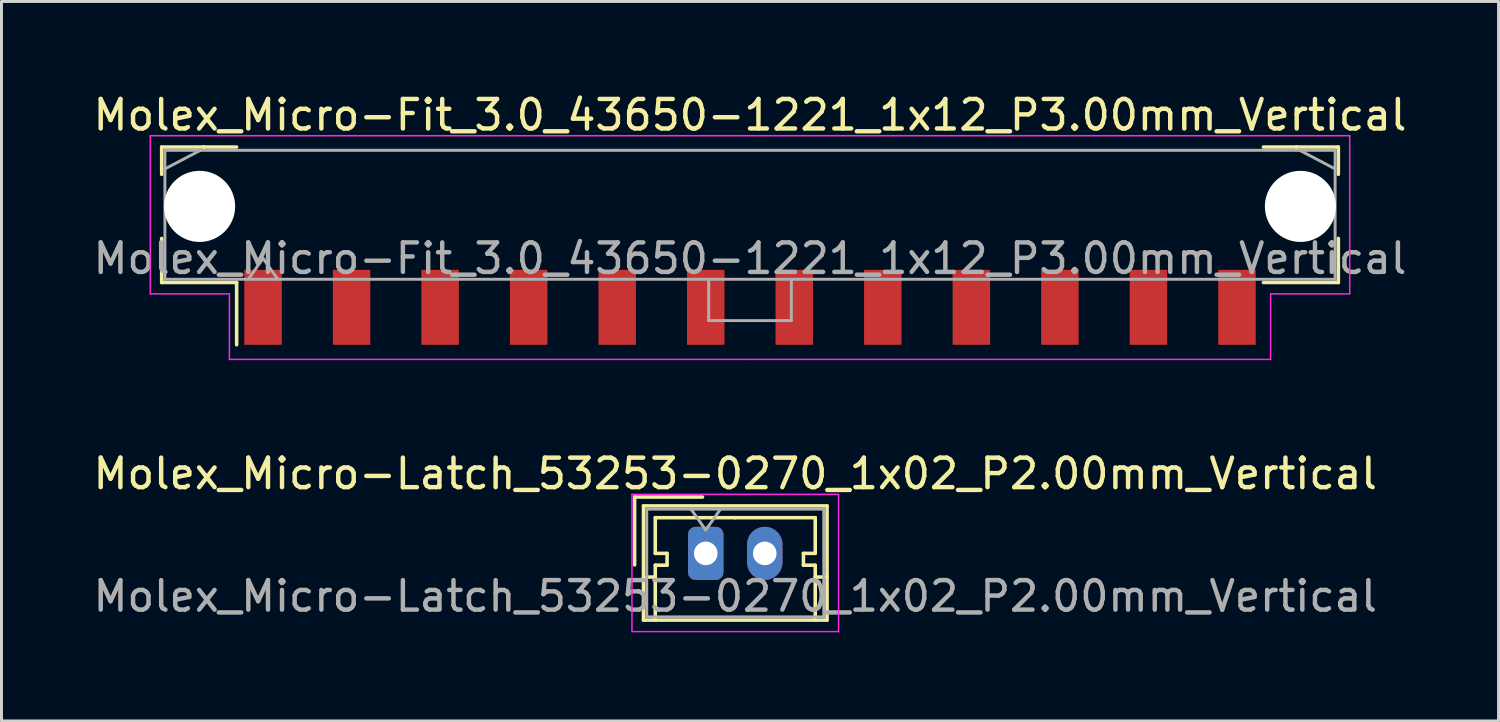
<source format=kicad_pcb>
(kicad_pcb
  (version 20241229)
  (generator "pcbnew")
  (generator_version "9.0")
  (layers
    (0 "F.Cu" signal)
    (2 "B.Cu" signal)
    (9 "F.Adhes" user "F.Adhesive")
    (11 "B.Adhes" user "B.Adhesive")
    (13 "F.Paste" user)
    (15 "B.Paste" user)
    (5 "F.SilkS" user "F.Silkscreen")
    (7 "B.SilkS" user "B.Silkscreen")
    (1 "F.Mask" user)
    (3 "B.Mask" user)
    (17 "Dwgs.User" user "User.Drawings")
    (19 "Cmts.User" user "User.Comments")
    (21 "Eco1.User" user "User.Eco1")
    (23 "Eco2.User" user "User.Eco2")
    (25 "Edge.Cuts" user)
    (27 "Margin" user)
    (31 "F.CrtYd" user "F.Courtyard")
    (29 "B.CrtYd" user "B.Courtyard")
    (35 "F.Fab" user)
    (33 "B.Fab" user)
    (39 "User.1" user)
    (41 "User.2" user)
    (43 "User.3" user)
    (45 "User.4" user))
  (footprint "Molex_Micro-Fit_3.0_43650-1221_1x12_P3.00mm_Vertical"
    (layer "F.Cu")
    (at 22.363 4.228)
    (property "Reference" "Molex_Micro-Fit_3.0_43650-1221_1x12_P3.00mm_Vertical" (at 0 -3.38 0) (layer "F.SilkS") (effects (font (size 1 1) (thickness 0.15))))
    (attr smd)
    (fp_line (start -19.935 -2.295) (end -18.515 -2.295) (stroke (width 0.12) (type solid)) (layer "F.SilkS"))
    (fp_line (start -19.935 -1.37) (end -19.935 -2.295) (stroke (width 0.12) (type solid)) (layer "F.SilkS"))
    (fp_line (start -19.935 0.8) (end -19.935 2.295) (stroke (width 0.12) (type solid)) (layer "F.SilkS"))
    (fp_line (start -19.935 2.295) (end -17.395 2.295) (stroke (width 0.12) (type solid)) (layer "F.SilkS"))
    (fp_line (start -18.515 -2.295) (end -18.515 -2.295) (stroke (width 0.12) (type solid)) (layer "F.SilkS"))
    (fp_line (start -18.515 -2.295) (end -17.395 -2.295) (stroke (width 0.12) (type solid)) (layer "F.SilkS"))
    (fp_line (start -17.395 2.295) (end -17.395 4.405) (stroke (width 0.12) (type solid)) (layer "F.SilkS"))
    (fp_line (start 18.515 -2.295) (end 17.395 -2.295) (stroke (width 0.12) (type solid)) (layer "F.SilkS"))
    (fp_line (start 18.515 -2.295) (end 18.515 -2.295) (stroke (width 0.12) (type solid)) (layer "F.SilkS"))
    (fp_line (start 19.935 -2.295) (end 18.515 -2.295) (stroke (width 0.12) (type solid)) (layer "F.SilkS"))
    (fp_line (start 19.935 -1.37) (end 19.935 -2.295) (stroke (width 0.12) (type solid)) (layer "F.SilkS"))
    (fp_line (start 19.935 0.8) (end 19.935 2.295) (stroke (width 0.12) (type solid)) (layer "F.SilkS"))
    (fp_line (start 19.935 2.295) (end 17.395 2.295) (stroke (width 0.12) (type solid)) (layer "F.SilkS"))
    (fp_line (start -20.32 -2.68) (end -20.32 2.68) (stroke (width 0.05) (type solid)) (layer "F.CrtYd"))
    (fp_line (start -20.32 2.68) (end -17.64 2.68) (stroke (width 0.05) (type solid)) (layer "F.CrtYd"))
    (fp_line (start -17.64 -2.68) (end -20.32 -2.68) (stroke (width 0.05) (type solid)) (layer "F.CrtYd"))
    (fp_line (start -17.64 2.68) (end -17.64 4.9) (stroke (width 0.05) (type solid)) (layer "F.CrtYd"))
    (fp_line (start -17.64 4.9) (end 0 4.9) (stroke (width 0.05) (type solid)) (layer "F.CrtYd"))
    (fp_line (start 0 -2.68) (end -17.64 -2.68) (stroke (width 0.05) (type solid)) (layer "F.CrtYd"))
    (fp_line (start 0 -2.68) (end 17.64 -2.68) (stroke (width 0.05) (type solid)) (layer "F.CrtYd"))
    (fp_line (start 17.64 -2.68) (end 20.32 -2.68) (stroke (width 0.05) (type solid)) (layer "F.CrtYd"))
    (fp_line (start 17.64 2.68) (end 17.64 4.9) (stroke (width 0.05) (type solid)) (layer "F.CrtYd"))
    (fp_line (start 17.64 4.9) (end 0 4.9) (stroke (width 0.05) (type solid)) (layer "F.CrtYd"))
    (fp_line (start 20.32 -2.68) (end 20.32 2.68) (stroke (width 0.05) (type solid)) (layer "F.CrtYd"))
    (fp_line (start 20.32 2.68) (end 17.64 2.68) (stroke (width 0.05) (type solid)) (layer "F.CrtYd"))
    (fp_line (start -19.825 -2.185) (end -19.825 2.185) (stroke (width 0.1) (type solid)) (layer "F.Fab"))
    (fp_line (start -19.825 -1.555) (end -18.625 -2.185) (stroke (width 0.1) (type solid)) (layer "F.Fab"))
    (fp_line (start -19.825 2.185) (end 19.825 2.185) (stroke (width 0.1) (type solid)) (layer "F.Fab"))
    (fp_line (start -18.625 -2.185) (end -19.825 -2.185) (stroke (width 0.1) (type solid)) (layer "F.Fab"))
    (fp_line (start -18.625 -2.185) (end -18.625 -2.185) (stroke (width 0.1) (type solid)) (layer "F.Fab"))
    (fp_line (start -17 2.185) (end -16.5 1.478) (stroke (width 0.1) (type solid)) (layer "F.Fab"))
    (fp_line (start -16.5 1.478) (end -16 2.185) (stroke (width 0.1) (type solid)) (layer "F.Fab"))
    (fp_line (start -1.4 2.185) (end -1.4 3.585) (stroke (width 0.1) (type solid)) (layer "F.Fab"))
    (fp_line (start -1.4 3.585) (end 1.4 3.585) (stroke (width 0.1) (type solid)) (layer "F.Fab"))
    (fp_line (start 1.4 3.585) (end 1.4 2.185) (stroke (width 0.1) (type solid)) (layer "F.Fab"))
    (fp_line (start 18.625 -2.185) (end -18.625 -2.185) (stroke (width 0.1) (type solid)) (layer "F.Fab"))
    (fp_line (start 18.625 -2.185) (end 18.625 -2.185) (stroke (width 0.1) (type solid)) (layer "F.Fab"))
    (fp_line (start 19.825 -2.185) (end 18.625 -2.185) (stroke (width 0.1) (type solid)) (layer "F.Fab"))
    (fp_line (start 19.825 -1.555) (end 18.625 -2.185) (stroke (width 0.1) (type solid)) (layer "F.Fab"))
    (fp_line (start 19.825 2.185) (end 19.825 -2.185) (stroke (width 0.1) (type solid)) (layer "F.Fab"))
    (fp_text user "${REFERENCE}" (at 0 1.48 0) (layer "F.Fab") (effects (font (size 1 1) (thickness 0.15))))
    (pad "" np_thru_hole circle (at -18.65 -0.285) (size 2.41 2.41) (drill 2.41) (layers "*.Cu" "*.Mask"))
    (pad "" np_thru_hole circle (at 18.65 -0.285) (size 2.41 2.41) (drill 2.41) (layers "*.Cu" "*.Mask"))
    (pad "1" smd rect (at -16.5 3.135) (size 1.27 2.54) (layers "F.Cu" "F.Mask" "F.Paste"))
    (pad "2" smd rect (at -13.5 3.135) (size 1.27 2.54) (layers "F.Cu" "F.Mask" "F.Paste"))
    (pad "3" smd rect (at -10.5 3.135) (size 1.27 2.54) (layers "F.Cu" "F.Mask" "F.Paste"))
    (pad "4" smd rect (at -7.5 3.135) (size 1.27 2.54) (layers "F.Cu" "F.Mask" "F.Paste"))
    (pad "5" smd rect (at -4.5 3.135) (size 1.27 2.54) (layers "F.Cu" "F.Mask" "F.Paste"))
    (pad "6" smd rect (at -1.5 3.135) (size 1.27 2.54) (layers "F.Cu" "F.Mask" "F.Paste"))
    (pad "7" smd rect (at 1.5 3.135) (size 1.27 2.54) (layers "F.Cu" "F.Mask" "F.Paste"))
    (pad "8" smd rect (at 4.5 3.135) (size 1.27 2.54) (layers "F.Cu" "F.Mask" "F.Paste"))
    (pad "9" smd rect (at 7.5 3.135) (size 1.27 2.54) (layers "F.Cu" "F.Mask" "F.Paste"))
    (pad "10" smd rect (at 10.5 3.135) (size 1.27 2.54) (layers "F.Cu" "F.Mask" "F.Paste"))
    (pad "11" smd rect (at 13.5 3.135) (size 1.27 2.54) (layers "F.Cu" "F.Mask" "F.Paste"))
    (pad "12" smd rect (at 16.5 3.135) (size 1.27 2.54) (layers "F.Cu" "F.Mask" "F.Paste")))
  (footprint "Molex_Micro-Latch_53253-0270_1x02_P2.00mm_Vertical"
    (layer "F.Cu")
    (at 20.863 15.701)
    (property "Reference" "Molex_Micro-Latch_53253-0270_1x02_P2.00mm_Vertical" (at 1 -2.7 0) (layer "F.SilkS") (effects (font (size 1 1) (thickness 0.15))))
    (attr through_hole)
    (fp_line (start -2.41 -1.91) (end -2.41 0.39) (stroke (width 0.12) (type solid)) (layer "F.SilkS"))
    (fp_line (start -2.11 -1.61) (end -2.11 2.26) (stroke (width 0.12) (type solid)) (layer "F.SilkS"))
    (fp_line (start -2.11 0.8) (end -1.71 0.8) (stroke (width 0.12) (type solid)) (layer "F.SilkS"))
    (fp_line (start -2.11 2.26) (end 4.11 2.26) (stroke (width 0.12) (type solid)) (layer "F.SilkS"))
    (fp_line (start -1.71 -1.21) (end -1.71 0) (stroke (width 0.12) (type solid)) (layer "F.SilkS"))
    (fp_line (start -1.71 0) (end -1.31 0) (stroke (width 0.12) (type solid)) (layer "F.SilkS"))
    (fp_line (start -1.71 0.4) (end -1.71 2.26) (stroke (width 0.12) (type solid)) (layer "F.SilkS"))
    (fp_line (start -1.31 0) (end -1.31 0.4) (stroke (width 0.12) (type solid)) (layer "F.SilkS"))
    (fp_line (start -1.31 0.4) (end -1.71 0.4) (stroke (width 0.12) (type solid)) (layer "F.SilkS"))
    (fp_line (start -0.11 -1.91) (end -2.41 -1.91) (stroke (width 0.12) (type solid)) (layer "F.SilkS"))
    (fp_line (start 1 -1.21) (end -1.71 -1.21) (stroke (width 0.12) (type solid)) (layer "F.SilkS"))
    (fp_line (start 1 -1.21) (end 3.71 -1.21) (stroke (width 0.12) (type solid)) (layer "F.SilkS"))
    (fp_line (start 3.31 0) (end 3.31 0.4) (stroke (width 0.12) (type solid)) (layer "F.SilkS"))
    (fp_line (start 3.31 0.4) (end 3.71 0.4) (stroke (width 0.12) (type solid)) (layer "F.SilkS"))
    (fp_line (start 3.71 -1.21) (end 3.71 0) (stroke (width 0.12) (type solid)) (layer "F.SilkS"))
    (fp_line (start 3.71 0) (end 3.31 0) (stroke (width 0.12) (type solid)) (layer "F.SilkS"))
    (fp_line (start 3.71 0.4) (end 3.71 2.26) (stroke (width 0.12) (type solid)) (layer "F.SilkS"))
    (fp_line (start 4.11 -1.61) (end -2.11 -1.61) (stroke (width 0.12) (type solid)) (layer "F.SilkS"))
    (fp_line (start 4.11 0.8) (end 3.71 0.8) (stroke (width 0.12) (type solid)) (layer "F.SilkS"))
    (fp_line (start 4.11 2.26) (end 4.11 -1.61) (stroke (width 0.12) (type solid)) (layer "F.SilkS"))
    (fp_line (start -2.5 -2) (end -2.5 2.65) (stroke (width 0.05) (type solid)) (layer "F.CrtYd"))
    (fp_line (start -2.5 2.65) (end 4.5 2.65) (stroke (width 0.05) (type solid)) (layer "F.CrtYd"))
    (fp_line (start 4.5 -2) (end -2.5 -2) (stroke (width 0.05) (type solid)) (layer "F.CrtYd"))
    (fp_line (start 4.5 2.65) (end 4.5 -2) (stroke (width 0.05) (type solid)) (layer "F.CrtYd"))
    (fp_line (start -2 -1.5) (end -2 2.15) (stroke (width 0.1) (type solid)) (layer "F.Fab"))
    (fp_line (start -2 2.15) (end 4 2.15) (stroke (width 0.1) (type solid)) (layer "F.Fab"))
    (fp_line (start -0.5 -1.5) (end 0 -0.793) (stroke (width 0.1) (type solid)) (layer "F.Fab"))
    (fp_line (start 0 -0.793) (end 0.5 -1.5) (stroke (width 0.1) (type solid)) (layer "F.Fab"))
    (fp_line (start 4 -1.5) (end -2 -1.5) (stroke (width 0.1) (type solid)) (layer "F.Fab"))
    (fp_line (start 4 2.15) (end 4 -1.5) (stroke (width 0.1) (type solid)) (layer "F.Fab"))
    (fp_text user "${REFERENCE}" (at 1 1.45 0) (layer "F.Fab") (effects (font (size 1 1) (thickness 0.15))))
    (pad "1" thru_hole roundrect (at 0 0) (size 1.2 1.8) (drill 0.8) (layers "*.Cu" "*.Mask") (roundrect_rratio 0.208))
    (pad "2" thru_hole oval (at 2 0) (size 1.2 1.8) (drill 0.8) (layers "*.Cu" "*.Mask")))
  (gr_rect
    (start -3 -3)
    (end 47.726 21.377)
    (stroke (width 0.1) (type default))
    (fill no)
    (layer "Edge.Cuts")))
</source>
